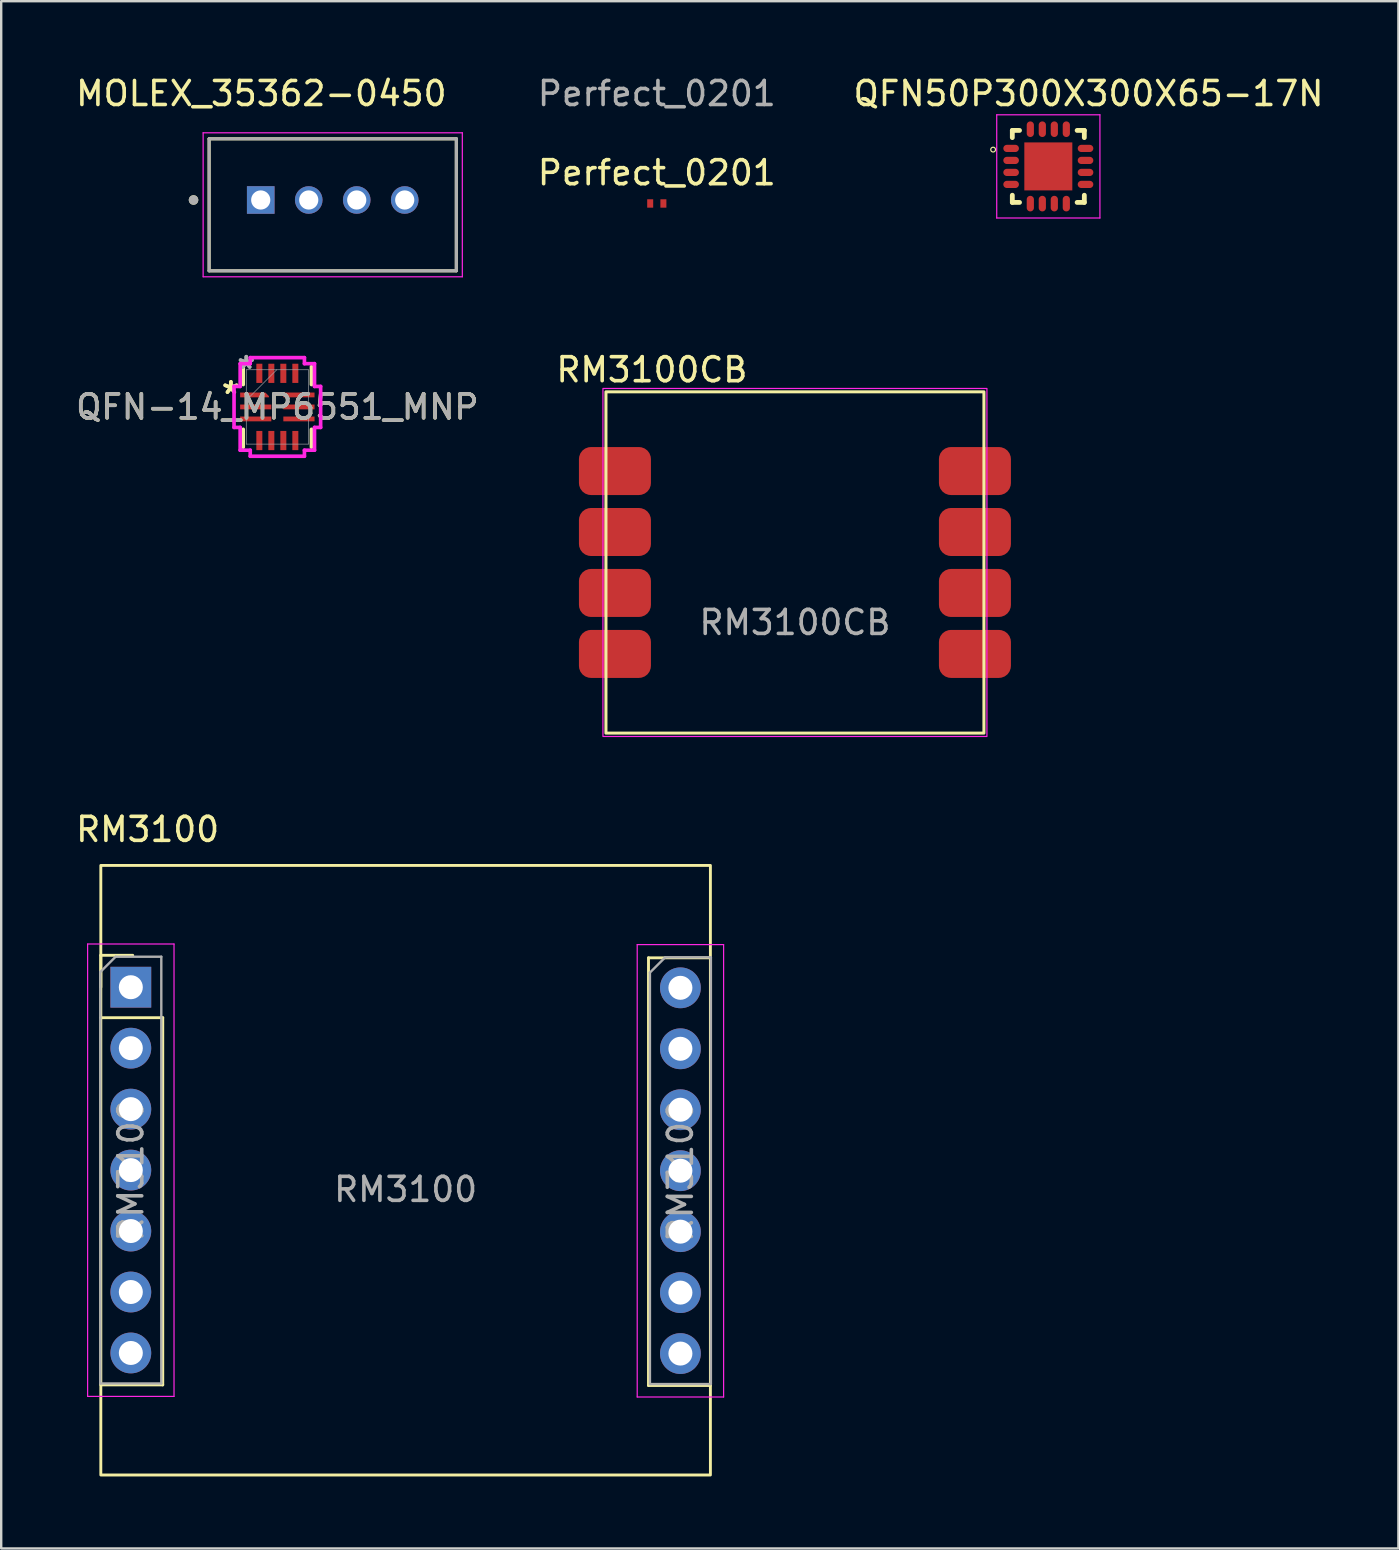
<source format=kicad_pcb>
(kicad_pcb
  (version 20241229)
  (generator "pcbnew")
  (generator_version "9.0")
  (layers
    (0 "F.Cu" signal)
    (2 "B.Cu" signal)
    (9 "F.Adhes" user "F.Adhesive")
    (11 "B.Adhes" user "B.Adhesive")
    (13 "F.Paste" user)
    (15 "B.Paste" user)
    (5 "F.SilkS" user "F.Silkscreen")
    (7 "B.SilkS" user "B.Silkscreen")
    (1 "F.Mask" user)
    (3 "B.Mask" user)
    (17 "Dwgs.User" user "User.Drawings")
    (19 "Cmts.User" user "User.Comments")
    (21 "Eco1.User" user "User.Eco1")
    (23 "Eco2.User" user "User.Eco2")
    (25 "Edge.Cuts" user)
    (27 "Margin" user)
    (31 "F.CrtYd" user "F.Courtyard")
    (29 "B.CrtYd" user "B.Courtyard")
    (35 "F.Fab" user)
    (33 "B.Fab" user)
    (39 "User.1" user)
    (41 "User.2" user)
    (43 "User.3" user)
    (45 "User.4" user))
  (footprint "QFN-14_MP6551_MNP"
    (layer "F.Cu")
    (at 8.506 13.906)
    (property "Reference" "QFN-14_MP6551_MNP" (at 0 0 0) (unlocked yes) (layer "F.SilkS") (effects (font (size 1 1) (thickness 0.15))))
    (attr smd)
    (fp_poly (pts (xy -1.55 -0.6) (xy -1.55 -0.4) (xy -0.35 -0.4) (xy -0.35 -0.45) (xy -0.5 -0.6)) (stroke (width 0) (type solid)) (fill yes) (layer "F.Cu"))
    (fp_poly (pts (xy -1.55 -0.6) (xy -1.55 -0.4) (xy -0.35 -0.4) (xy -0.35 -0.45) (xy -0.5 -0.6)) (stroke (width 0) (type solid)) (fill yes) (layer "F.Mask"))
    (fp_line (start -1.422 -0.933) (end -1.422 -1.676) (stroke (width 0.152) (type solid)) (layer "F.SilkS"))
    (fp_line (start -1.422 1.676) (end -1.422 0.933) (stroke (width 0.152) (type solid)) (layer "F.SilkS"))
    (fp_line (start 1.422 -1.676) (end 1.422 -0.933) (stroke (width 0.152) (type solid)) (layer "F.SilkS"))
    (fp_line (start 1.422 0.933) (end 1.422 1.676) (stroke (width 0.152) (type solid)) (layer "F.SilkS"))
    (fp_poly (pts (xy -1.55 -0.6) (xy -1.55 -0.4) (xy -0.35 -0.4) (xy -0.35 -0.45) (xy -0.5 -0.6)) (stroke (width 0) (type solid)) (fill yes) (layer "F.Paste"))
    (fp_line (start -1.804 -0.854) (end -1.804 0.854) (stroke (width 0.152) (type solid)) (layer "F.CrtYd"))
    (fp_line (start -1.804 0.854) (end -1.549 0.854) (stroke (width 0.152) (type solid)) (layer "F.CrtYd"))
    (fp_line (start -1.549 -1.803) (end -1.549 -0.854) (stroke (width 0.152) (type solid)) (layer "F.CrtYd"))
    (fp_line (start -1.549 -0.854) (end -1.804 -0.854) (stroke (width 0.152) (type solid)) (layer "F.CrtYd"))
    (fp_line (start -1.549 0.854) (end -1.549 1.803) (stroke (width 0.152) (type solid)) (layer "F.CrtYd"))
    (fp_line (start -1.549 1.803) (end -1.129 1.803) (stroke (width 0.152) (type solid)) (layer "F.CrtYd"))
    (fp_line (start -1.129 -2.054) (end -1.129 -1.803) (stroke (width 0.152) (type solid)) (layer "F.CrtYd"))
    (fp_line (start -1.129 -1.803) (end -1.549 -1.803) (stroke (width 0.152) (type solid)) (layer "F.CrtYd"))
    (fp_line (start -1.129 1.803) (end -1.129 2.054) (stroke (width 0.152) (type solid)) (layer "F.CrtYd"))
    (fp_line (start -1.129 2.054) (end 1.129 2.054) (stroke (width 0.152) (type solid)) (layer "F.CrtYd"))
    (fp_line (start 1.129 -2.054) (end -1.129 -2.054) (stroke (width 0.152) (type solid)) (layer "F.CrtYd"))
    (fp_line (start 1.129 -1.803) (end 1.129 -2.054) (stroke (width 0.152) (type solid)) (layer "F.CrtYd"))
    (fp_line (start 1.129 1.803) (end 1.549 1.803) (stroke (width 0.152) (type solid)) (layer "F.CrtYd"))
    (fp_line (start 1.129 2.054) (end 1.129 1.803) (stroke (width 0.152) (type solid)) (layer "F.CrtYd"))
    (fp_line (start 1.549 -1.803) (end 1.129 -1.803) (stroke (width 0.152) (type solid)) (layer "F.CrtYd"))
    (fp_line (start 1.549 -0.854) (end 1.549 -1.803) (stroke (width 0.152) (type solid)) (layer "F.CrtYd"))
    (fp_line (start 1.549 0.854) (end 1.804 0.854) (stroke (width 0.152) (type solid)) (layer "F.CrtYd"))
    (fp_line (start 1.549 1.803) (end 1.549 0.854) (stroke (width 0.152) (type solid)) (layer "F.CrtYd"))
    (fp_line (start 1.804 -0.854) (end 1.549 -0.854) (stroke (width 0.152) (type solid)) (layer "F.CrtYd"))
    (fp_line (start 1.804 0.854) (end 1.804 -0.854) (stroke (width 0.152) (type solid)) (layer "F.CrtYd"))
    (fp_line (start -1.295 -1.549) (end -1.295 1.549) (stroke (width 0.025) (type solid)) (layer "F.Fab"))
    (fp_line (start -1.295 -0.279) (end -0.025 -1.549) (stroke (width 0.025) (type solid)) (layer "F.Fab"))
    (fp_line (start -1.295 1.549) (end 1.295 1.549) (stroke (width 0.025) (type solid)) (layer "F.Fab"))
    (fp_line (start 1.295 -1.549) (end -1.295 -1.549) (stroke (width 0.025) (type solid)) (layer "F.Fab"))
    (fp_line (start 1.295 1.549) (end 1.295 -1.549) (stroke (width 0.025) (type solid)) (layer "F.Fab"))
    (fp_text user "*" (at -1.935 -0.5 0) (layer "F.SilkS") (effects (font (size 1 1) (thickness 0.15))))
    (fp_text user "*" (at -1.935 -0.5 0) (unlocked yes) (layer "F.SilkS") (effects (font (size 1 1) (thickness 0.15))))
    (fp_text user "*" (at -1.295 -1.549 0) (layer "F.Fab") (effects (font (size 1 1) (thickness 0.15))))
    (fp_text user "${REFERENCE}" (at 0 0 0) (unlocked yes) (layer "F.Fab") (effects (font (size 1 1) (thickness 0.15))))
    (fp_text user "*" (at -1.295 -1.549 0) (unlocked yes) (layer "F.Fab") (effects (font (size 1 1) (thickness 0.15))))
    (pad "1" smd rect (at -0.95 -0.5) (size 0.127 0.127) (layers "F.Cu" "F.Mask" "F.Paste"))
    (pad "2" smd rect (at -0.9 0) (size 1.3 0.2) (layers "F.Cu" "F.Mask" "F.Paste"))
    (pad "3" smd rect (at -0.9 0.5) (size 1.3 0.2) (layers "F.Cu" "F.Mask" "F.Paste"))
    (pad "4" smd rect (at -0.75 1.4 90) (size 0.8 0.25) (layers "F.Cu" "F.Mask" "F.Paste"))
    (pad "5" smd rect (at -0.25 1.4 90) (size 0.8 0.25) (layers "F.Cu" "F.Mask" "F.Paste"))
    (pad "6" smd rect (at 0.25 1.4 90) (size 0.8 0.25) (layers "F.Cu" "F.Mask" "F.Paste"))
    (pad "7" smd rect (at 0.75 1.4 90) (size 0.8 0.25) (layers "F.Cu" "F.Mask" "F.Paste"))
    (pad "8" smd rect (at 0.9 0.5) (size 1.3 0.2) (layers "F.Cu" "F.Mask" "F.Paste"))
    (pad "9" smd rect (at 0.9 0) (size 1.3 0.2) (layers "F.Cu" "F.Mask" "F.Paste"))
    (pad "10" smd rect (at 0.9 -0.5) (size 1.3 0.2) (layers "F.Cu" "F.Mask" "F.Paste"))
    (pad "11" smd rect (at 0.75 -1.4 90) (size 0.8 0.25) (layers "F.Cu" "F.Mask" "F.Paste"))
    (pad "12" smd rect (at 0.25 -1.4 90) (size 0.8 0.25) (layers "F.Cu" "F.Mask" "F.Paste"))
    (pad "13" smd rect (at -0.25 -1.4 90) (size 0.8 0.25) (layers "F.Cu" "F.Mask" "F.Paste"))
    (pad "14" smd rect (at -0.75 -1.4 90) (size 0.8 0.25) (layers "F.Cu" "F.Mask" "F.Paste")))
  (footprint "QFN50P300X300X65-17N"
    (layer "F.Cu")
    (at 40.631 3.884)
    (property "Reference" "QFN50P300X300X65-17N" (at 1.675 -3.035 0) (layer "F.SilkS") (effects (font (size 1 1) (thickness 0.15))))
    (attr smd)
    (fp_line (start -1.5 -1.5) (end -1.2 -1.5) (stroke (width 0.2) (type solid)) (layer "F.SilkS"))
    (fp_line (start -1.5 -1.2) (end -1.5 -1.5) (stroke (width 0.2) (type solid)) (layer "F.SilkS"))
    (fp_line (start -1.5 1.5) (end -1.5 1.2) (stroke (width 0.2) (type solid)) (layer "F.SilkS"))
    (fp_line (start -1.2 1.5) (end -1.5 1.5) (stroke (width 0.2) (type solid)) (layer "F.SilkS"))
    (fp_line (start 1.2 -1.5) (end 1.5 -1.5) (stroke (width 0.2) (type solid)) (layer "F.SilkS"))
    (fp_line (start 1.5 -1.5) (end 1.5 -1.2) (stroke (width 0.2) (type solid)) (layer "F.SilkS"))
    (fp_line (start 1.5 1.2) (end 1.5 1.5) (stroke (width 0.2) (type solid)) (layer "F.SilkS"))
    (fp_line (start 1.5 1.5) (end 1.2 1.5) (stroke (width 0.2) (type solid)) (layer "F.SilkS"))
    (fp_circle (center -2.3 -0.7) (end -2.2 -0.7) (stroke (width 0.05) (type solid)) (fill no) (layer "F.SilkS"))
    (fp_line (start -2.15 -2.15) (end 2.15 -2.15) (stroke (width 0.05) (type solid)) (layer "F.CrtYd"))
    (fp_line (start -2.15 2.15) (end -2.15 -2.15) (stroke (width 0.05) (type solid)) (layer "F.CrtYd"))
    (fp_line (start 2.15 -2.15) (end 2.15 2.15) (stroke (width 0.05) (type solid)) (layer "F.CrtYd"))
    (fp_line (start 2.15 2.15) (end -2.15 2.15) (stroke (width 0.05) (type solid)) (layer "F.CrtYd"))
    (pad "1" smd oval (at -1.55 -0.75) (size 0.65 0.3) (layers "F.Cu" "F.Mask" "F.Paste"))
    (pad "2" smd oval (at -1.55 -0.25) (size 0.65 0.3) (layers "F.Cu" "F.Mask" "F.Paste"))
    (pad "3" smd oval (at -1.55 0.25) (size 0.65 0.3) (layers "F.Cu" "F.Mask" "F.Paste"))
    (pad "4" smd oval (at -1.55 0.75) (size 0.65 0.3) (layers "F.Cu" "F.Mask" "F.Paste"))
    (pad "5" smd oval (at -0.75 1.55 90) (size 0.65 0.3) (layers "F.Cu" "F.Mask" "F.Paste"))
    (pad "6" smd oval (at -0.25 1.55 90) (size 0.65 0.3) (layers "F.Cu" "F.Mask" "F.Paste"))
    (pad "7" smd oval (at 0.25 1.55 90) (size 0.65 0.3) (layers "F.Cu" "F.Mask" "F.Paste"))
    (pad "8" smd oval (at 0.75 1.55 90) (size 0.65 0.3) (layers "F.Cu" "F.Mask" "F.Paste"))
    (pad "9" smd oval (at 1.55 0.75 180) (size 0.65 0.3) (layers "F.Cu" "F.Mask" "F.Paste"))
    (pad "10" smd oval (at 1.55 0.25 180) (size 0.65 0.3) (layers "F.Cu" "F.Mask" "F.Paste"))
    (pad "11" smd oval (at 1.55 -0.25 180) (size 0.65 0.3) (layers "F.Cu" "F.Mask" "F.Paste"))
    (pad "12" smd oval (at 1.55 -0.75 180) (size 0.65 0.3) (layers "F.Cu" "F.Mask" "F.Paste"))
    (pad "13" smd oval (at 0.75 -1.55 270) (size 0.65 0.3) (layers "F.Cu" "F.Mask" "F.Paste"))
    (pad "14" smd oval (at 0.25 -1.55 270) (size 0.65 0.3) (layers "F.Cu" "F.Mask" "F.Paste"))
    (pad "15" smd oval (at -0.25 -1.55 270) (size 0.65 0.3) (layers "F.Cu" "F.Mask" "F.Paste"))
    (pad "16" smd oval (at -0.75 -1.55 270) (size 0.65 0.3) (layers "F.Cu" "F.Mask" "F.Paste"))
    (pad "17" smd rect (at 0 0) (size 2 2) (layers "F.Cu" "F.Mask" "F.Paste")))
  (footprint "MOLEX_35362-0450"
    (layer "F.Cu")
    (at 10.814 5.283)
    (property "Reference" "MOLEX_35362-0450" (at -2.975 -4.435 0) (layer "F.SilkS") (effects (font (size 1 1) (thickness 0.15))))
    (attr through_hole)
    (fp_line (start -5.15 2.95) (end -5.15 -2.55) (stroke (width 0.127) (type solid)) (layer "F.SilkS"))
    (fp_line (start 5.15 -2.55) (end -5.15 -2.55) (stroke (width 0.127) (type solid)) (layer "F.SilkS"))
    (fp_line (start 5.15 -2.55) (end 5.15 2.95) (stroke (width 0.127) (type solid)) (layer "F.SilkS"))
    (fp_line (start 5.15 2.95) (end -5.15 2.95) (stroke (width 0.127) (type solid)) (layer "F.SilkS"))
    (fp_circle (center -5.8 0) (end -5.7 0) (stroke (width 0.2) (type solid)) (fill no) (layer "F.SilkS"))
    (fp_line (start -5.4 -2.8) (end 5.4 -2.8) (stroke (width 0.05) (type solid)) (layer "F.CrtYd"))
    (fp_line (start -5.4 3.2) (end -5.4 -2.8) (stroke (width 0.05) (type solid)) (layer "F.CrtYd"))
    (fp_line (start 5.4 -2.8) (end 5.4 3.2) (stroke (width 0.05) (type solid)) (layer "F.CrtYd"))
    (fp_line (start 5.4 3.2) (end -5.4 3.2) (stroke (width 0.05) (type solid)) (layer "F.CrtYd"))
    (fp_line (start -5.15 -2.55) (end 5.15 -2.55) (stroke (width 0.127) (type solid)) (layer "F.Fab"))
    (fp_line (start -5.15 2.95) (end -5.15 -2.55) (stroke (width 0.127) (type solid)) (layer "F.Fab"))
    (fp_line (start 5.15 -2.55) (end 5.15 2.95) (stroke (width 0.127) (type solid)) (layer "F.Fab"))
    (fp_line (start 5.15 2.95) (end -5.15 2.95) (stroke (width 0.127) (type solid)) (layer "F.Fab"))
    (fp_circle (center -5.8 0) (end -5.7 0) (stroke (width 0.2) (type solid)) (fill no) (layer "F.Fab"))
    (pad "01" thru_hole rect (at -3 0) (size 1.15 1.15) (drill 0.8) (layers "*.Cu" "*.Mask"))
    (pad "02" thru_hole circle (at -1 0) (size 1.15 1.15) (drill 0.8) (layers "*.Cu" "*.Mask"))
    (pad "03" thru_hole circle (at 1 0) (size 1.15 1.15) (drill 0.8) (layers "*.Cu" "*.Mask"))
    (pad "04" thru_hole circle (at 3 0) (size 1.15 1.15) (drill 0.8) (layers "*.Cu" "*.Mask")))
  (footprint "Perfect_0201"
    (layer "F.Cu")
    (at 24.317 5.428)
    (property "Reference" "Perfect_0201" (at 0 -1.28 0) (unlocked yes) (layer "F.SilkS") (effects (font (size 1 1) (thickness 0.15))))
    (attr smd)
    (fp_text user "${REFERENCE}" (at 0 -4.58 0) (unlocked yes) (layer "F.Fab") (effects (font (size 1 1) (thickness 0.15))))
    (pad "1" smd rect (at -0.275 0) (size 0.25 0.35) (layers "F.Cu" "F.Mask" "F.Paste"))
    (pad "2" smd rect (at 0.275 0) (size 0.25 0.35) (layers "F.Cu" "F.Mask" "F.Paste")))
  (footprint "RM3100"
    (layer "F.Cu")
    (at 13.851 45.71)
    (property "Reference" "RM3100" (at -10.75 -14.2 0) (unlocked yes) (layer "F.SilkS") (effects (font (size 1 1) (thickness 0.15))))
    (attr smd)
    (fp_line (start -12.7 -8.955) (end -11.37 -8.955) (stroke (width 0.12) (type solid)) (layer "F.SilkS"))
    (fp_line (start -12.7 -7.625) (end -12.7 -8.955) (stroke (width 0.12) (type solid)) (layer "F.SilkS"))
    (fp_line (start -12.7 -6.355) (end -10.12 -6.355) (stroke (width 0.12) (type solid)) (layer "F.SilkS"))
    (fp_line (start -12.7 8.945) (end -10.12 8.945) (stroke (width 0.12) (type solid)) (layer "F.SilkS"))
    (fp_line (start -10.12 -6.355) (end -10.12 8.945) (stroke (width 0.12) (type solid)) (layer "F.SilkS"))
    (fp_line (start 10.12 -8.85) (end 10.12 8.97) (stroke (width 0.12) (type solid)) (layer "F.SilkS"))
    (fp_line (start 10.12 -8.85) (end 12.7 -8.85) (stroke (width 0.12) (type solid)) (layer "F.SilkS"))
    (fp_line (start 10.12 8.97) (end 12.7 8.97) (stroke (width 0.12) (type solid)) (layer "F.SilkS"))
    (fp_rect (start -12.7 -12.7) (end 12.7 12.7) (stroke (width 0.12) (type default)) (fill no) (layer "F.SilkS"))
    (fp_line (start -13.25 -9.425) (end -13.25 9.425) (stroke (width 0.05) (type solid)) (layer "F.CrtYd"))
    (fp_line (start -13.25 9.425) (end -9.65 9.425) (stroke (width 0.05) (type solid)) (layer "F.CrtYd"))
    (fp_line (start -9.65 -9.425) (end -13.25 -9.425) (stroke (width 0.05) (type solid)) (layer "F.CrtYd"))
    (fp_line (start -9.65 9.425) (end -9.65 -9.425) (stroke (width 0.05) (type solid)) (layer "F.CrtYd"))
    (fp_line (start 9.65 -9.4) (end 9.65 9.45) (stroke (width 0.05) (type solid)) (layer "F.CrtYd"))
    (fp_line (start 9.65 9.45) (end 13.25 9.45) (stroke (width 0.05) (type solid)) (layer "F.CrtYd"))
    (fp_line (start 13.25 -9.4) (end 9.65 -9.4) (stroke (width 0.05) (type solid)) (layer "F.CrtYd"))
    (fp_line (start 13.25 9.45) (end 13.25 -9.4) (stroke (width 0.05) (type solid)) (layer "F.CrtYd"))
    (fp_line (start -12.72 -8.26) (end -12.085 -8.895) (stroke (width 0.1) (type solid)) (layer "F.Fab"))
    (fp_line (start -12.72 8.885) (end -12.72 -8.26) (stroke (width 0.1) (type solid)) (layer "F.Fab"))
    (fp_line (start -12.085 -8.895) (end -10.18 -8.895) (stroke (width 0.1) (type solid)) (layer "F.Fab"))
    (fp_line (start -10.18 -8.895) (end -10.18 8.885) (stroke (width 0.1) (type solid)) (layer "F.Fab"))
    (fp_line (start -10.18 8.885) (end -12.72 8.885) (stroke (width 0.1) (type solid)) (layer "F.Fab"))
    (fp_line (start 10.18 -8.235) (end 10.815 -8.87) (stroke (width 0.1) (type solid)) (layer "F.Fab"))
    (fp_line (start 10.18 8.91) (end 10.18 -8.235) (stroke (width 0.1) (type solid)) (layer "F.Fab"))
    (fp_line (start 10.815 -8.87) (end 12.72 -8.87) (stroke (width 0.1) (type solid)) (layer "F.Fab"))
    (fp_line (start 12.72 -8.87) (end 12.72 8.91) (stroke (width 0.1) (type solid)) (layer "F.Fab"))
    (fp_line (start 12.72 8.91) (end 10.18 8.91) (stroke (width 0.1) (type solid)) (layer "F.Fab"))
    (fp_text user "${REFERENCE}" (at 11.45 0.02 90) (layer "F.Fab") (effects (font (size 1 1) (thickness 0.15))))
    (fp_text user "${REFERENCE}" (at 0 0.8 0) (unlocked yes) (layer "F.Fab") (effects (font (size 1 1) (thickness 0.15))))
    (fp_text user "${REFERENCE}" (at -11.45 -0.005 90) (layer "F.Fab") (effects (font (size 1 1) (thickness 0.15))))
    (pad "1" thru_hole rect (at -11.45 -7.625) (size 1.7 1.7) (drill 1) (layers "*.Cu" "*.Mask"))
    (pad "2" thru_hole oval (at -11.45 -5.085) (size 1.7 1.7) (drill 1) (layers "*.Cu" "*.Mask"))
    (pad "3" thru_hole oval (at -11.45 -2.545) (size 1.7 1.7) (drill 1) (layers "*.Cu" "*.Mask"))
    (pad "4" thru_hole oval (at -11.45 -0.005) (size 1.7 1.7) (drill 1) (layers "*.Cu" "*.Mask"))
    (pad "5" thru_hole oval (at -11.45 2.535) (size 1.7 1.7) (drill 1) (layers "*.Cu" "*.Mask"))
    (pad "6" thru_hole oval (at -11.45 5.075) (size 1.7 1.7) (drill 1) (layers "*.Cu" "*.Mask"))
    (pad "7" thru_hole oval (at -11.45 7.615) (size 1.7 1.7) (drill 1) (layers "*.Cu" "*.Mask"))
    (pad "8" thru_hole oval (at 11.45 -7.6) (size 1.7 1.7) (drill 1) (layers "*.Cu" "*.Mask"))
    (pad "9" thru_hole oval (at 11.45 -5.06) (size 1.7 1.7) (drill 1) (layers "*.Cu" "*.Mask"))
    (pad "10" thru_hole oval (at 11.45 -2.52) (size 1.7 1.7) (drill 1) (layers "*.Cu" "*.Mask"))
    (pad "11" thru_hole oval (at 11.45 0.02) (size 1.7 1.7) (drill 1) (layers "*.Cu" "*.Mask"))
    (pad "12" thru_hole oval (at 11.45 2.56) (size 1.7 1.7) (drill 1) (layers "*.Cu" "*.Mask"))
    (pad "13" thru_hole oval (at 11.45 5.1) (size 1.7 1.7) (drill 1) (layers "*.Cu" "*.Mask"))
    (pad "14" thru_hole oval (at 11.45 7.64) (size 1.7 1.7) (drill 1) (layers "*.Cu" "*.Mask")))
  (footprint "RM3100CB"
    (layer "F.Cu")
    (at 30.073 20.387)
    (property "Reference" "RM3100CB" (at -5.96 -8.03 0) (unlocked yes) (layer "F.SilkS") (effects (font (size 1 1) (thickness 0.15))))
    (attr smd)
    (fp_rect (start -7.875 -7.11) (end 7.875 7.11) (stroke (width 0.127) (type default)) (fill no) (layer "F.SilkS"))
    (fp_rect (start -8 -7.25) (end 8 7.25) (stroke (width 0.05) (type default)) (fill no) (layer "F.CrtYd"))
    (fp_text user "${REFERENCE}" (at 0 2.5 0) (unlocked yes) (layer "F.Fab") (effects (font (size 1 1) (thickness 0.15))))
    (pad "1" smd roundrect (at -7.5 -3.81) (size 3 2) (layers "F.Cu" "F.Mask" "F.Paste") (roundrect_rratio 0.25))
    (pad "2" smd roundrect (at -7.5 -1.27) (size 3 2) (layers "F.Cu" "F.Mask" "F.Paste") (roundrect_rratio 0.25))
    (pad "3" smd roundrect (at -7.5 1.27) (size 3 2) (layers "F.Cu" "F.Mask" "F.Paste") (roundrect_rratio 0.25))
    (pad "4" smd roundrect (at -7.5 3.81) (size 3 2) (layers "F.Cu" "F.Mask" "F.Paste") (roundrect_rratio 0.25))
    (pad "5" smd roundrect (at 7.5 -3.81) (size 3 2) (layers "F.Cu" "F.Mask" "F.Paste") (roundrect_rratio 0.25))
    (pad "6" smd roundrect (at 7.5 -1.27) (size 3 2) (layers "F.Cu" "F.Mask" "F.Paste") (roundrect_rratio 0.25))
    (pad "7" smd roundrect (at 7.5 1.27) (size 3 2) (layers "F.Cu" "F.Mask" "F.Paste") (roundrect_rratio 0.25))
    (pad "8" smd roundrect (at 7.5 3.81) (size 3 2) (layers "F.Cu" "F.Mask" "F.Paste") (roundrect_rratio 0.25)))
  (gr_rect
    (start -3 -3)
    (end 55.218 61.47)
    (stroke (width 0.1) (type default))
    (fill no)
    (layer "Edge.Cuts")))
</source>
